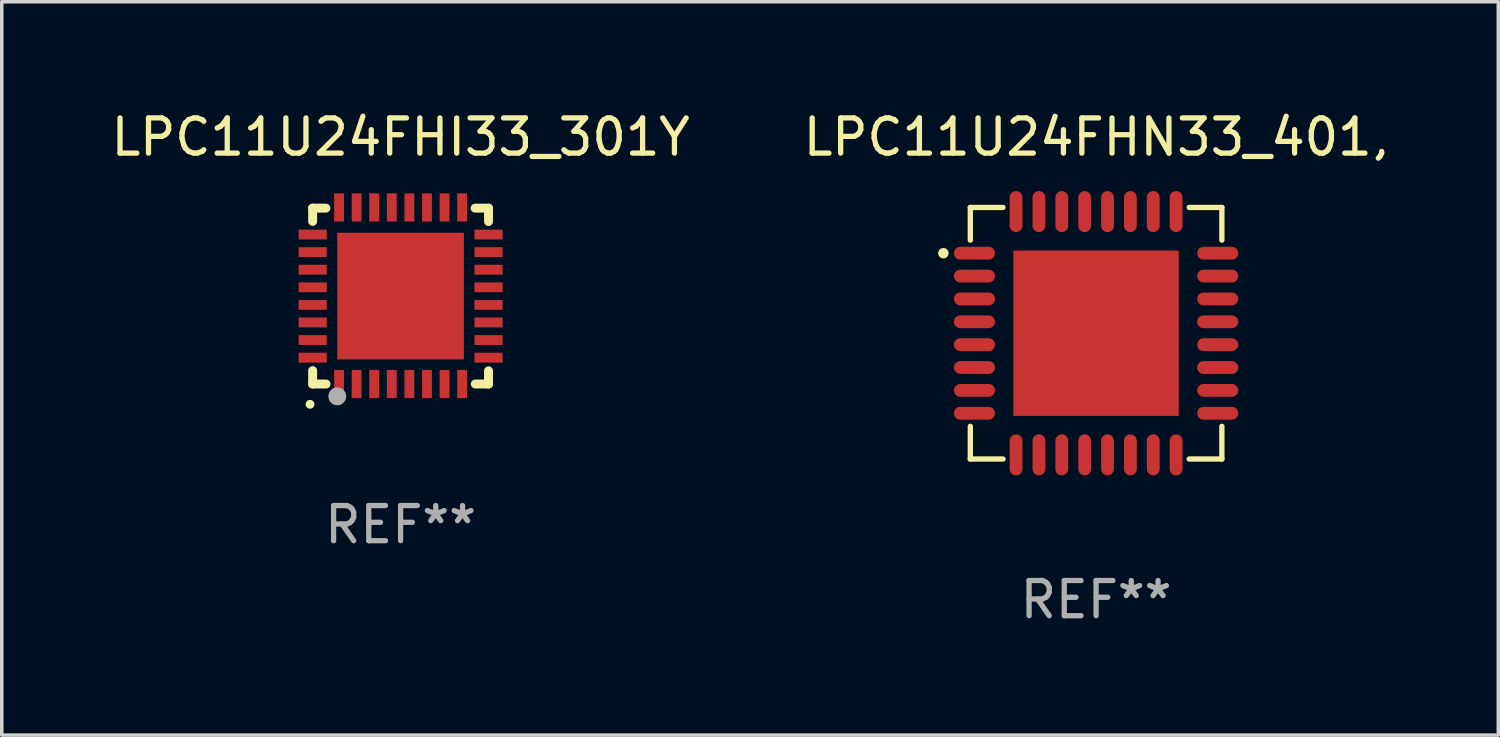
<source format=kicad_pcb>
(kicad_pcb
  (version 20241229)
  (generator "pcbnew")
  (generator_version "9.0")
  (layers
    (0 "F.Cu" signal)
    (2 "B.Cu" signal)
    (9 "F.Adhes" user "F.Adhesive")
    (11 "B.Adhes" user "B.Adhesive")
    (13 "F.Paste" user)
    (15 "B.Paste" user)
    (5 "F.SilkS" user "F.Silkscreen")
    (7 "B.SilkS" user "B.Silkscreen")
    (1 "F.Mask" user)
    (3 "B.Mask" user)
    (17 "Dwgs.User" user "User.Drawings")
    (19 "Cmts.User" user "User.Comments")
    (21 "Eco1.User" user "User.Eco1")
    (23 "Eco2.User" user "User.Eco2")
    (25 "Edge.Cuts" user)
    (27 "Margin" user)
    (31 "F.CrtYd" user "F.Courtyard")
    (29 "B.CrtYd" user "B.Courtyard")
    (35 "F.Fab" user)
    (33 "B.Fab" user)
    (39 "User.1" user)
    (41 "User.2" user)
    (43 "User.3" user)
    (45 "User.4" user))
  (footprint "LPC11U24FHN33_401,"
    (layer "F.Cu")
    (at 28.113 6.424)
    (property "Reference" "LPC11U24FHN33_401," (at 0 -5.576 0) (layer "F.SilkS") (effects (font (size 1 1) (thickness 0.15))))
    (attr through_hole)
    (fp_line (start -3.576 -3.576) (end -3.576 -2.647) (stroke (width 0.152) (type solid)) (layer "F.SilkS"))
    (fp_line (start -3.576 3.576) (end -3.576 2.647) (stroke (width 0.152) (type solid)) (layer "F.SilkS"))
    (fp_line (start -2.647 -3.576) (end -3.576 -3.576) (stroke (width 0.152) (type solid)) (layer "F.SilkS"))
    (fp_line (start -2.647 3.576) (end -3.576 3.576) (stroke (width 0.152) (type solid)) (layer "F.SilkS"))
    (fp_line (start 2.647 -3.576) (end 3.576 -3.576) (stroke (width 0.152) (type solid)) (layer "F.SilkS"))
    (fp_line (start 2.647 3.576) (end 3.576 3.576) (stroke (width 0.152) (type solid)) (layer "F.SilkS"))
    (fp_line (start 3.576 -3.576) (end 3.576 -2.647) (stroke (width 0.152) (type solid)) (layer "F.SilkS"))
    (fp_line (start 3.576 3.576) (end 3.576 2.647) (stroke (width 0.152) (type solid)) (layer "F.SilkS"))
    (fp_circle (center -4.342 -2.275) (end -4.267 -2.275) (stroke (width 0.15) (type solid)) (fill no) (layer "F.SilkS"))
    (fp_text user "REF**" (at 0 7.576 0) (layer "F.Fab") (effects (font (size 1 1) (thickness 0.15))))
    (pad "1" smd oval (at -3.458 -2.275 270) (size 0.364 1.167) (layers "F.Cu" "F.Mask" "F.Paste"))
    (pad "2" smd oval (at -3.458 -1.625 270) (size 0.364 1.167) (layers "F.Cu" "F.Mask" "F.Paste"))
    (pad "3" smd oval (at -3.458 -0.975 270) (size 0.364 1.167) (layers "F.Cu" "F.Mask" "F.Paste"))
    (pad "4" smd oval (at -3.458 -0.325 270) (size 0.364 1.167) (layers "F.Cu" "F.Mask" "F.Paste"))
    (pad "5" smd oval (at -3.458 0.325 270) (size 0.364 1.167) (layers "F.Cu" "F.Mask" "F.Paste"))
    (pad "6" smd oval (at -3.458 0.975 270) (size 0.364 1.167) (layers "F.Cu" "F.Mask" "F.Paste"))
    (pad "7" smd oval (at -3.458 1.625 270) (size 0.364 1.167) (layers "F.Cu" "F.Mask" "F.Paste"))
    (pad "8" smd oval (at -3.458 2.275 270) (size 0.364 1.167) (layers "F.Cu" "F.Mask" "F.Paste"))
    (pad "9" smd oval (at -2.275 3.458 270) (size 1.167 0.364) (layers "F.Cu" "F.Mask" "F.Paste"))
    (pad "10" smd oval (at -1.625 3.458 270) (size 1.167 0.364) (layers "F.Cu" "F.Mask" "F.Paste"))
    (pad "11" smd oval (at -0.975 3.458 270) (size 1.167 0.364) (layers "F.Cu" "F.Mask" "F.Paste"))
    (pad "12" smd oval (at -0.325 3.458 270) (size 1.167 0.364) (layers "F.Cu" "F.Mask" "F.Paste"))
    (pad "13" smd oval (at 0.325 3.458 270) (size 1.167 0.364) (layers "F.Cu" "F.Mask" "F.Paste"))
    (pad "14" smd oval (at 0.975 3.458 270) (size 1.167 0.364) (layers "F.Cu" "F.Mask" "F.Paste"))
    (pad "15" smd oval (at 1.625 3.458 270) (size 1.167 0.364) (layers "F.Cu" "F.Mask" "F.Paste"))
    (pad "16" smd oval (at 2.275 3.458 270) (size 1.167 0.364) (layers "F.Cu" "F.Mask" "F.Paste"))
    (pad "17" smd oval (at 3.458 2.275 270) (size 0.364 1.167) (layers "F.Cu" "F.Mask" "F.Paste"))
    (pad "18" smd oval (at 3.458 1.625 270) (size 0.364 1.167) (layers "F.Cu" "F.Mask" "F.Paste"))
    (pad "19" smd oval (at 3.458 0.975 270) (size 0.364 1.167) (layers "F.Cu" "F.Mask" "F.Paste"))
    (pad "20" smd oval (at 3.458 0.325 270) (size 0.364 1.167) (layers "F.Cu" "F.Mask" "F.Paste"))
    (pad "21" smd oval (at 3.458 -0.325 270) (size 0.364 1.167) (layers "F.Cu" "F.Mask" "F.Paste"))
    (pad "22" smd oval (at 3.458 -0.975 270) (size 0.364 1.167) (layers "F.Cu" "F.Mask" "F.Paste"))
    (pad "23" smd oval (at 3.458 -1.625 270) (size 0.364 1.167) (layers "F.Cu" "F.Mask" "F.Paste"))
    (pad "24" smd oval (at 3.458 -2.275 270) (size 0.364 1.167) (layers "F.Cu" "F.Mask" "F.Paste"))
    (pad "25" smd oval (at 2.275 -3.458 270) (size 1.167 0.364) (layers "F.Cu" "F.Mask" "F.Paste"))
    (pad "26" smd oval (at 1.625 -3.458 270) (size 1.167 0.364) (layers "F.Cu" "F.Mask" "F.Paste"))
    (pad "27" smd oval (at 0.975 -3.458 270) (size 1.167 0.364) (layers "F.Cu" "F.Mask" "F.Paste"))
    (pad "28" smd oval (at 0.325 -3.458 270) (size 1.167 0.364) (layers "F.Cu" "F.Mask" "F.Paste"))
    (pad "29" smd oval (at -0.325 -3.458 270) (size 1.167 0.364) (layers "F.Cu" "F.Mask" "F.Paste"))
    (pad "30" smd oval (at -0.975 -3.458 270) (size 1.167 0.364) (layers "F.Cu" "F.Mask" "F.Paste"))
    (pad "31" smd oval (at -1.625 -3.458 270) (size 1.167 0.364) (layers "F.Cu" "F.Mask" "F.Paste"))
    (pad "32" smd oval (at -2.275 -3.458 270) (size 1.167 0.364) (layers "F.Cu" "F.Mask" "F.Paste"))
    (pad "33" smd rect (at 0 0 270) (size 4.7 4.7) (layers "F.Cu" "F.Mask" "F.Paste")))
  (footprint "LPC11U24FHI33_301Y"
    (layer "F.Cu")
    (at 8.339 5.358)
    (property "Reference" "LPC11U24FHI33_301Y" (at 0 -4.51 0) (layer "F.SilkS") (effects (font (size 1 1) (thickness 0.15))))
    (attr through_hole)
    (fp_line (start -2.5 -2.49) (end -2.124 -2.49) (stroke (width 0.254) (type solid)) (layer "F.SilkS"))
    (fp_line (start -2.5 -2.114) (end -2.5 -2.49) (stroke (width 0.254) (type solid)) (layer "F.SilkS"))
    (fp_line (start -2.5 2.51) (end -2.5 2.129) (stroke (width 0.254) (type solid)) (layer "F.SilkS"))
    (fp_line (start -2.5 2.51) (end -2.119 2.51) (stroke (width 0.254) (type solid)) (layer "F.SilkS"))
    (fp_line (start 2.119 -2.49) (end 2.5 -2.49) (stroke (width 0.254) (type solid)) (layer "F.SilkS"))
    (fp_line (start 2.124 2.51) (end 2.5 2.51) (stroke (width 0.254) (type solid)) (layer "F.SilkS"))
    (fp_line (start 2.5 -2.49) (end 2.5 -2.109) (stroke (width 0.254) (type solid)) (layer "F.SilkS"))
    (fp_line (start 2.5 2.134) (end 2.5 2.51) (stroke (width 0.254) (type solid)) (layer "F.SilkS"))
    (fp_arc (start -2.57554 3.086005) (mid -2.57427 3.085999) (end -2.573 3.086005) (stroke (width 0.25) (type solid)) (layer "F.SilkS"))
    (fp_circle (center -2.5 2.5) (end -2.45 2.5) (stroke (width 0.1) (type solid)) (fill no) (layer "F.SilkS"))
    (fp_circle (center -1.8 2.86) (end -1.673 2.86) (stroke (width 0.254) (type solid)) (fill no) (layer "F.Fab"))
    (fp_text user "REF**" (at 0 6.51 0) (layer "F.Fab") (effects (font (size 1 1) (thickness 0.15))))
    (pad "1" smd rect (at -1.75 2.51) (size 0.28 0.8) (layers "F.Cu" "F.Mask" "F.Paste"))
    (pad "2" smd rect (at -1.25 2.51) (size 0.28 0.8) (layers "F.Cu" "F.Mask" "F.Paste"))
    (pad "3" smd rect (at -0.75 2.51) (size 0.28 0.8) (layers "F.Cu" "F.Mask" "F.Paste"))
    (pad "4" smd rect (at -0.25 2.51) (size 0.28 0.8) (layers "F.Cu" "F.Mask" "F.Paste"))
    (pad "5" smd rect (at 0.25 2.51) (size 0.28 0.8) (layers "F.Cu" "F.Mask" "F.Paste"))
    (pad "6" smd rect (at 0.75 2.51) (size 0.28 0.8) (layers "F.Cu" "F.Mask" "F.Paste"))
    (pad "7" smd rect (at 1.25 2.51) (size 0.28 0.8) (layers "F.Cu" "F.Mask" "F.Paste"))
    (pad "8" smd rect (at 1.75 2.51) (size 0.28 0.8) (layers "F.Cu" "F.Mask" "F.Paste"))
    (pad "9" smd rect (at 2.5 1.76) (size 0.8 0.28) (layers "F.Cu" "F.Mask" "F.Paste"))
    (pad "10" smd rect (at 2.5 1.26) (size 0.8 0.28) (layers "F.Cu" "F.Mask" "F.Paste"))
    (pad "11" smd rect (at 2.5 0.76) (size 0.8 0.28) (layers "F.Cu" "F.Mask" "F.Paste"))
    (pad "12" smd rect (at 2.5 0.26) (size 0.8 0.28) (layers "F.Cu" "F.Mask" "F.Paste"))
    (pad "13" smd rect (at 2.5 -0.24) (size 0.8 0.28) (layers "F.Cu" "F.Mask" "F.Paste"))
    (pad "14" smd rect (at 2.5 -0.74) (size 0.8 0.28) (layers "F.Cu" "F.Mask" "F.Paste"))
    (pad "15" smd rect (at 2.5 -1.24) (size 0.8 0.28) (layers "F.Cu" "F.Mask" "F.Paste"))
    (pad "16" smd rect (at 2.5 -1.74) (size 0.8 0.28) (layers "F.Cu" "F.Mask" "F.Paste"))
    (pad "17" smd rect (at 1.75 -2.51) (size 0.28 0.8) (layers "F.Cu" "F.Mask" "F.Paste"))
    (pad "18" smd rect (at 1.25 -2.51) (size 0.28 0.8) (layers "F.Cu" "F.Mask" "F.Paste"))
    (pad "19" smd rect (at 0.75 -2.51) (size 0.28 0.8) (layers "F.Cu" "F.Mask" "F.Paste"))
    (pad "20" smd rect (at 0.25 -2.51) (size 0.28 0.8) (layers "F.Cu" "F.Mask" "F.Paste"))
    (pad "21" smd rect (at -0.25 -2.51) (size 0.28 0.8) (layers "F.Cu" "F.Mask" "F.Paste"))
    (pad "22" smd rect (at -0.75 -2.51) (size 0.28 0.8) (layers "F.Cu" "F.Mask" "F.Paste"))
    (pad "23" smd rect (at -1.25 -2.51) (size 0.28 0.8) (layers "F.Cu" "F.Mask" "F.Paste"))
    (pad "24" smd rect (at -1.75 -2.51) (size 0.28 0.8) (layers "F.Cu" "F.Mask" "F.Paste"))
    (pad "25" smd rect (at -2.5 -1.74) (size 0.8 0.28) (layers "F.Cu" "F.Mask" "F.Paste"))
    (pad "26" smd rect (at -2.5 -1.24) (size 0.8 0.28) (layers "F.Cu" "F.Mask" "F.Paste"))
    (pad "27" smd rect (at -2.5 -0.74) (size 0.8 0.28) (layers "F.Cu" "F.Mask" "F.Paste"))
    (pad "28" smd rect (at -2.5 -0.24) (size 0.8 0.28) (layers "F.Cu" "F.Mask" "F.Paste"))
    (pad "29" smd rect (at -2.5 0.26) (size 0.8 0.28) (layers "F.Cu" "F.Mask" "F.Paste"))
    (pad "30" smd rect (at -2.5 0.76) (size 0.8 0.28) (layers "F.Cu" "F.Mask" "F.Paste"))
    (pad "31" smd rect (at -2.5 1.26) (size 0.8 0.28) (layers "F.Cu" "F.Mask" "F.Paste"))
    (pad "32" smd rect (at -2.5 1.76) (size 0.8 0.28) (layers "F.Cu" "F.Mask" "F.Paste"))
    (pad "33" smd rect (at 0.000102 0.01) (size 3.6 3.6) (layers "F.Cu" "F.Mask" "F.Paste")))
  (gr_rect
    (start -3 -3)
    (end 39.548 17.849)
    (stroke (width 0.1) (type default))
    (fill no)
    (layer "Edge.Cuts")))
</source>
